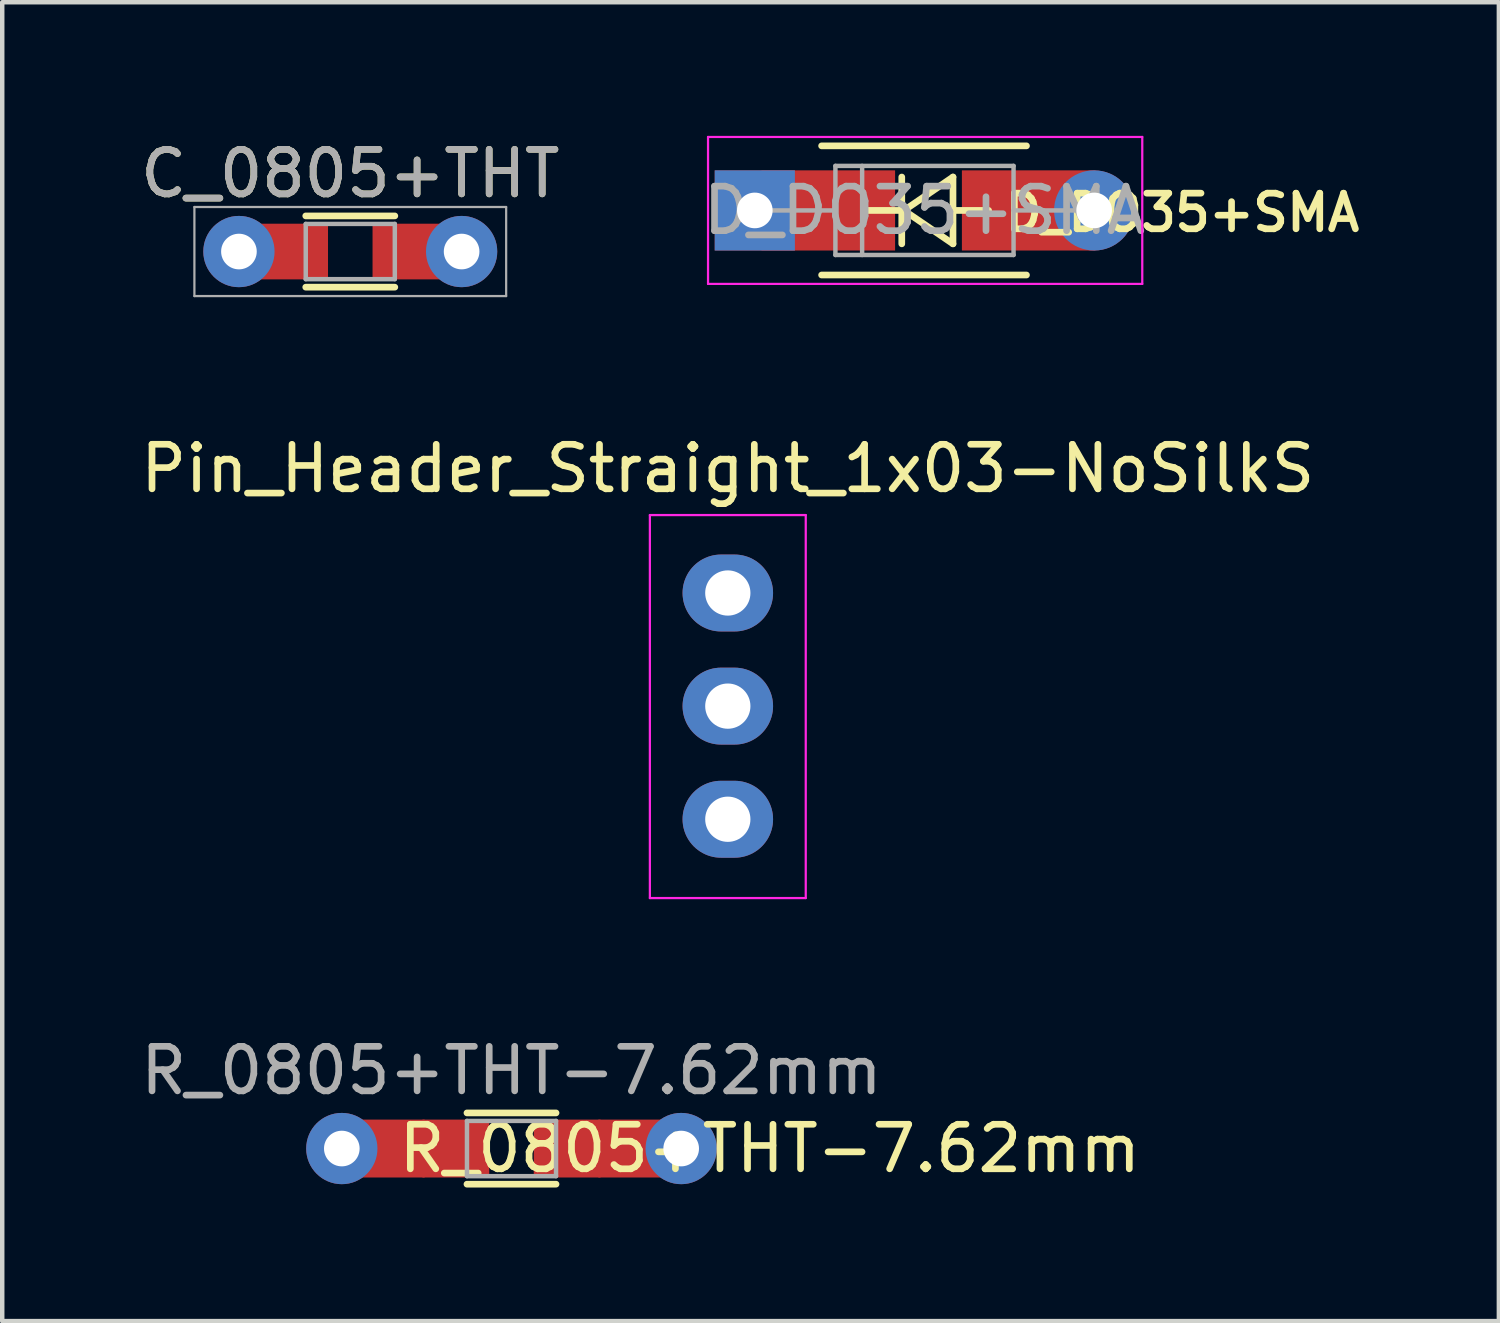
<source format=kicad_pcb>
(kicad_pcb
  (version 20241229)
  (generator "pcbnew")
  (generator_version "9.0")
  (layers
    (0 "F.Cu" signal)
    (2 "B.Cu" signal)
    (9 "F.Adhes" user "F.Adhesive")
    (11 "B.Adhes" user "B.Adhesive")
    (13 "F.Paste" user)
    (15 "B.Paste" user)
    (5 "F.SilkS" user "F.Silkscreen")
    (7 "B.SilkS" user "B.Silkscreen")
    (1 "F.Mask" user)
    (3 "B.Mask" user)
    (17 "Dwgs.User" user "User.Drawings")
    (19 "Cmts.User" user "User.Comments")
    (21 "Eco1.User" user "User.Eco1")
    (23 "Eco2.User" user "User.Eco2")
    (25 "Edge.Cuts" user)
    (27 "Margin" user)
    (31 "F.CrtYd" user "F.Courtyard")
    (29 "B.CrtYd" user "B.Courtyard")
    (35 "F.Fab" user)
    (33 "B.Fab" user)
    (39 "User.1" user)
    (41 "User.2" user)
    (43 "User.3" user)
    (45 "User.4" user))
  (footprint "R_0805+THT-7.62mm"
    (layer "F.Cu")
    (at 8.435 22.739)
    (property "Reference" "R_0805+THT-7.62mm" (at 5.8 0 0) (layer "F.SilkS") (effects (font (size 1 1) (thickness 0.15))))
    (attr smd)
    (fp_line (start -1 0.8) (end 1 0.8) (stroke (width 0.15) (type solid)) (layer "F.SilkS"))
    (fp_line (start 1 -0.8) (end -1 -0.8) (stroke (width 0.15) (type solid)) (layer "F.SilkS"))
    (fp_line (start -1 -0.62) (end 1 -0.62) (stroke (width 0.1) (type solid)) (layer "F.Fab"))
    (fp_line (start -1 0.62) (end -1 -0.62) (stroke (width 0.1) (type solid)) (layer "F.Fab"))
    (fp_line (start 1 -0.62) (end 1 0.62) (stroke (width 0.1) (type solid)) (layer "F.Fab"))
    (fp_line (start 1 0.62) (end -1 0.62) (stroke (width 0.1) (type solid)) (layer "F.Fab"))
    (fp_text user "${REFERENCE}" (at 0 -1.75 0) (layer "F.Fab") (effects (font (size 1 1) (thickness 0.15))))
    (pad "1" thru_hole circle (at -3.81 0) (size 1.6 1.6) (drill 0.8) (layers "*.Cu" "*.Mask"))
    (pad "1" smd rect (at -2.7 0) (size 1.5 1.3) (layers "F.Cu" "F.Mask"))
    (pad "1" smd rect (at -1.25 0) (size 1.5 1.3) (layers "F.Cu" "F.Mask"))
    (pad "2" smd rect (at 1.25 0) (size 1.5 1.3) (layers "F.Cu" "F.Mask"))
    (pad "2" smd rect (at 2.7 0) (size 1.5 1.3) (layers "F.Cu" "F.Mask"))
    (pad "2" thru_hole circle (at 3.81 0) (size 1.6 1.6) (drill 0.8) (layers "*.Cu" "*.Mask")))
  (footprint "C_0805+THT"
    (layer "F.Cu")
    (at 4.815 2.598)
    (property "Reference" "C_0805+THT" (at 0 -1.75 0) (layer "F.SilkS") (effects (font (size 1 1) (thickness 0.15))))
    (attr smd)
    (fp_line (start -1 0.8) (end 1 0.8) (stroke (width 0.15) (type solid)) (layer "F.SilkS"))
    (fp_line (start 1 -0.8) (end -1 -0.8) (stroke (width 0.15) (type solid)) (layer "F.SilkS"))
    (fp_line (start -3.5 -1) (end -3.5 1) (stroke (width 0.05) (type solid)) (layer "F.Fab"))
    (fp_line (start -3.5 -1) (end 3.5 -1) (stroke (width 0.05) (type solid)) (layer "F.Fab"))
    (fp_line (start -1 -0.62) (end 1 -0.62) (stroke (width 0.1) (type solid)) (layer "F.Fab"))
    (fp_line (start -1 0.62) (end -1 -0.62) (stroke (width 0.1) (type solid)) (layer "F.Fab"))
    (fp_line (start 1 -0.62) (end 1 0.62) (stroke (width 0.1) (type solid)) (layer "F.Fab"))
    (fp_line (start 1 0.62) (end -1 0.62) (stroke (width 0.1) (type solid)) (layer "F.Fab"))
    (fp_line (start 3.5 1) (end -3.5 1) (stroke (width 0.05) (type solid)) (layer "F.Fab"))
    (fp_line (start 3.5 1) (end 3.5 -1) (stroke (width 0.05) (type solid)) (layer "F.Fab"))
    (fp_text user "${REFERENCE}" (at 0 -1.75 0) (layer "F.Fab") (effects (font (size 1 1) (thickness 0.15))))
    (pad "1" thru_hole circle (at -2.5 0) (size 1.6 1.6) (drill 0.8) (layers "*.Cu" "*.Mask"))
    (pad "1" smd rect (at -1.25 0) (size 1.5 1.25) (layers "F.Cu" "F.Mask"))
    (pad "2" smd rect (at 1.25 0) (size 1.5 1.25) (layers "F.Cu" "F.Mask"))
    (pad "2" thru_hole circle (at 2.5 0) (size 1.6 1.6) (drill 0.8) (layers "*.Cu" "*.Mask")))
  (footprint "Pin_Header_Straight_1x03-NoSilkS"
    (layer "F.Cu")
    (at 13.292 10.265)
    (property "Reference" "Pin_Header_Straight_1x03-NoSilkS" (at 0 -2.794 0) (layer "F.SilkS") (effects (font (size 1 1) (thickness 0.15))))
    (attr through_hole)
    (fp_line (start -1.75 -1.75) (end -1.75 6.85) (stroke (width 0.05) (type solid)) (layer "F.CrtYd"))
    (fp_line (start -1.75 -1.75) (end 1.75 -1.75) (stroke (width 0.05) (type solid)) (layer "F.CrtYd"))
    (fp_line (start -1.75 6.85) (end 1.75 6.85) (stroke (width 0.05) (type solid)) (layer "F.CrtYd"))
    (fp_line (start 1.75 -1.75) (end 1.75 6.85) (stroke (width 0.05) (type solid)) (layer "F.CrtYd"))
    (pad "1" thru_hole oval (at 0 0) (size 2.032 1.727) (drill 1.016) (layers "*.Cu" "*.Mask"))
    (pad "2" thru_hole oval (at 0 2.54) (size 2.032 1.727) (drill 1.016) (layers "*.Cu" "*.Mask"))
    (pad "3" thru_hole oval (at 0 5.08) (size 2.032 1.727) (drill 1.016) (layers "*.Cu" "*.Mask")))
  (footprint "D_DO35+SMA"
    (layer "F.Cu")
    (at 13.898 1.675)
    (property "Reference" "D_DO35+SMA" (at 9.6 0.05 0) (layer "F.SilkS") (effects (font (size 0.8 0.8) (thickness 0.15))))
    (attr through_hole)
    (fp_line (start 1.5 -1.45) (end 6.1 -1.45) (stroke (width 0.15) (type solid)) (layer "F.SilkS"))
    (fp_line (start 1.5 1.45) (end 6.1 1.45) (stroke (width 0.15) (type solid)) (layer "F.SilkS"))
    (fp_line (start 3.3 -0.75) (end 3.3 0.75) (stroke (width 0.15) (type solid)) (layer "F.SilkS"))
    (fp_line (start 3.3 0) (end 2.5 0) (stroke (width 0.15) (type solid)) (layer "F.SilkS"))
    (fp_line (start 3.35 0) (end 4.45 -0.75) (stroke (width 0.15) (type solid)) (layer "F.SilkS"))
    (fp_line (start 4.45 -0.75) (end 4.45 0.75) (stroke (width 0.15) (type solid)) (layer "F.SilkS"))
    (fp_line (start 4.45 0) (end 5.25 0) (stroke (width 0.15) (type solid)) (layer "F.SilkS"))
    (fp_line (start 4.45 0.75) (end 3.35 0) (stroke (width 0.15) (type solid)) (layer "F.SilkS"))
    (fp_line (start -1.05 -1.65) (end -1.05 1.65) (stroke (width 0.05) (type solid)) (layer "F.CrtYd"))
    (fp_line (start -1.05 1.65) (end 8.7 1.65) (stroke (width 0.05) (type solid)) (layer "F.CrtYd"))
    (fp_line (start 8.7 -1.65) (end -1.05 -1.65) (stroke (width 0.05) (type solid)) (layer "F.CrtYd"))
    (fp_line (start 8.7 1.65) (end 8.7 -1.65) (stroke (width 0.05) (type solid)) (layer "F.CrtYd"))
    (fp_line (start 0 0) (end 1.81 0) (stroke (width 0.1) (type solid)) (layer "F.Fab"))
    (fp_line (start 1.81 -1) (end 1.81 1) (stroke (width 0.1) (type solid)) (layer "F.Fab"))
    (fp_line (start 1.81 1) (end 5.81 1) (stroke (width 0.1) (type solid)) (layer "F.Fab"))
    (fp_line (start 2.41 -1) (end 2.41 1) (stroke (width 0.1) (type solid)) (layer "F.Fab"))
    (fp_line (start 5.81 -1) (end 1.81 -1) (stroke (width 0.1) (type solid)) (layer "F.Fab"))
    (fp_line (start 5.81 1) (end 5.81 -1) (stroke (width 0.1) (type solid)) (layer "F.Fab"))
    (fp_line (start 7.62 0) (end 5.81 0) (stroke (width 0.1) (type solid)) (layer "F.Fab"))
    (fp_text user "${REFERENCE}" (at 3.81 0 0) (layer "F.Fab") (effects (font (size 1 1) (thickness 0.15))))
    (pad "1" thru_hole rect (at 0 0) (size 1.8 1.8) (drill 0.8) (layers "*.Cu" "*.Mask"))
    (pad "1" smd rect (at 1.65 0) (size 3 1.8) (layers "F.Cu" "F.Mask"))
    (pad "2" smd rect (at 6.15 0) (size 3 1.8) (layers "F.Cu" "F.Mask"))
    (pad "2" thru_hole oval (at 7.62 0) (size 1.8 1.8) (drill 0.8) (layers "*.Cu" "*.Mask")))
  (gr_rect
    (start -3 -3)
    (end 30.605 26.614)
    (stroke (width 0.1) (type default))
    (fill no)
    (layer "Edge.Cuts")))
</source>
